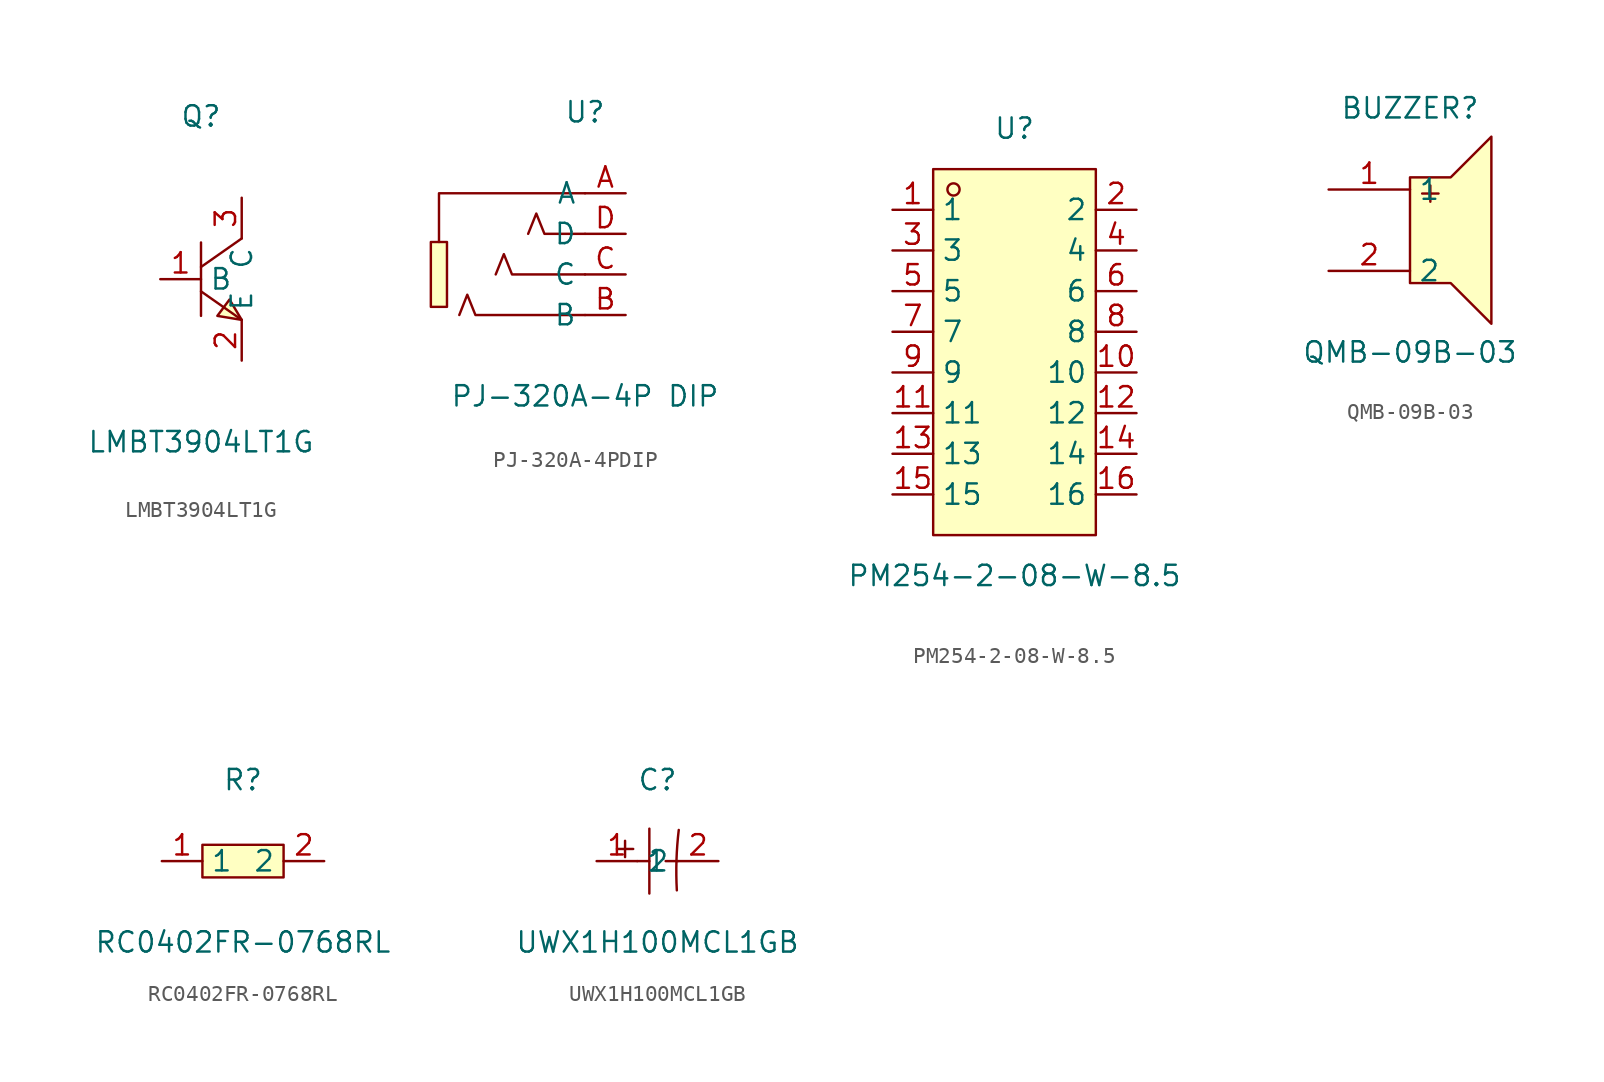
<source format=kicad_sym>
(kicad_symbol_lib
  (version 20211014)
  (generator https://github.com/uPesy/easyeda2kicad.py)
  (symbol "LMBT3904LT1G"
    (property "Reference" "Q"
      (at 0 10.16 0)
      (effects (font (size 1.27 1.27))))
    (property "Value" "LMBT3904LT1G"
      (at 0 -10.16 0)
      (effects (font (size 1.27 1.27))))
    (symbol "LMBT3904LT1G_0_1"
      (polyline (pts (xy 2.54 2.54) (xy 0.00 0.76)) (stroke (width 0) (type default) (color 0 0 0 0)) (fill (type none)))
      (polyline (pts (xy 0.00 -0.76) (xy 2.54 -2.54)) (stroke (width 0) (type default) (color 0 0 0 0)) (fill (type none)))
      (polyline (pts (xy 0.00 2.29) (xy 0.00 -2.29)) (stroke (width 0) (type default) (color 0 0 0 0)) (fill (type none)))
      (polyline (pts (xy 2.54 -2.54) (xy 1.78 -1.27) (xy 1.02 -2.29) (xy 2.54 -2.54)) (stroke (width 0) (type default) (color 0 0 0 0)) (fill (type background)))
      (pin unspecified line (at 2.54 5.08 270) (length 2.54) (name "C" (effects (font (size 1.27 1.27)))) (number "3" (effects (font (size 1.27 1.27)))))
      (pin unspecified line (at -2.54 -0.00 0) (length 2.54) (name "B" (effects (font (size 1.27 1.27)))) (number "1" (effects (font (size 1.27 1.27)))))
      (pin unspecified line (at 2.54 -5.08 90) (length 2.54) (name "E" (effects (font (size 1.27 1.27)))) (number "2" (effects (font (size 1.27 1.27)))))))
  (symbol "PJ-320A-4PDIP"
    (property "Reference" "U"
      (at 0 7.62 0)
      (effects (font (size 1.27 1.27))))
    (property "Value" "PJ-320A-4P DIP"
      (at 0 -10.16 0)
      (effects (font (size 1.27 1.27))))
    (symbol "PJ-320A-4PDIP_0_1"
      (rectangle (start -9.65 -0.51) (end -8.64 -4.57) (stroke (width 0) (type default) (color 0 0 0 0)) (fill (type background)))
      (polyline (pts (xy 0.00 -5.08) (xy -6.86 -5.08) (xy -7.37 -3.81) (xy -7.87 -5.08)) (stroke (width 0) (type default) (color 0 0 0 0)) (fill (type none)))
      (polyline (pts (xy 0.00 -0.00) (xy -2.54 -0.00) (xy -3.05 1.27) (xy -3.56 -0.00)) (stroke (width 0) (type default) (color 0 0 0 0)) (fill (type none)))
      (polyline (pts (xy 0.00 2.54) (xy -9.14 2.54) (xy -9.14 -0.51)) (stroke (width 0) (type default) (color 0 0 0 0)) (fill (type none)))
      (polyline (pts (xy 0.00 -2.54) (xy -4.57 -2.54) (xy -5.08 -1.27) (xy -5.59 -2.54)) (stroke (width 0) (type default) (color 0 0 0 0)) (fill (type none)))
      (pin unspecified line (at 2.54 -0.00 180) (length 2.54) (name "D" (effects (font (size 1.27 1.27)))) (number "D" (effects (font (size 1.27 1.27)))))
      (pin unspecified line (at 2.54 -5.08 180) (length 2.54) (name "B" (effects (font (size 1.27 1.27)))) (number "B" (effects (font (size 1.27 1.27)))))
      (pin unspecified line (at 2.54 -2.54 180) (length 2.54) (name "C" (effects (font (size 1.27 1.27)))) (number "C" (effects (font (size 1.27 1.27)))))
      (pin unspecified line (at 2.54 2.54 180) (length 2.54) (name "A" (effects (font (size 1.27 1.27)))) (number "A" (effects (font (size 1.27 1.27)))))))
  (symbol "PM254-2-08-W-8.5"
    (property "Reference" "U"
      (at 0 13.97 0)
      (effects (font (size 1.27 1.27))))
    (property "Value" "PM254-2-08-W-8.5"
      (at 0 -13.97 0)
      (effects (font (size 1.27 1.27))))
    (symbol "PM254-2-08-W-8.5_0_1"
      (rectangle (start -5.08 11.43) (end 5.08 -11.43) (stroke (width 0) (type default) (color 0 0 0 0)) (fill (type background)))
      (circle (center -3.81 10.16) (radius 0.38) (stroke (width 0) (type default) (color 0 0 0 0)) (fill (type none)))
      (pin unspecified line (at -7.62 8.89 0) (length 2.54) (name "1" (effects (font (size 1.27 1.27)))) (number "1" (effects (font (size 1.27 1.27)))))
      (pin unspecified line (at 7.62 -8.89 180) (length 2.54) (name "16" (effects (font (size 1.27 1.27)))) (number "16" (effects (font (size 1.27 1.27)))))
      (pin unspecified line (at -7.62 6.35 0) (length 2.54) (name "3" (effects (font (size 1.27 1.27)))) (number "3" (effects (font (size 1.27 1.27)))))
      (pin unspecified line (at 7.62 -6.35 180) (length 2.54) (name "14" (effects (font (size 1.27 1.27)))) (number "14" (effects (font (size 1.27 1.27)))))
      (pin unspecified line (at -7.62 3.81 0) (length 2.54) (name "5" (effects (font (size 1.27 1.27)))) (number "5" (effects (font (size 1.27 1.27)))))
      (pin unspecified line (at 7.62 -3.81 180) (length 2.54) (name "12" (effects (font (size 1.27 1.27)))) (number "12" (effects (font (size 1.27 1.27)))))
      (pin unspecified line (at -7.62 1.27 0) (length 2.54) (name "7" (effects (font (size 1.27 1.27)))) (number "7" (effects (font (size 1.27 1.27)))))
      (pin unspecified line (at 7.62 -1.27 180) (length 2.54) (name "10" (effects (font (size 1.27 1.27)))) (number "10" (effects (font (size 1.27 1.27)))))
      (pin unspecified line (at -7.62 -1.27 0) (length 2.54) (name "9" (effects (font (size 1.27 1.27)))) (number "9" (effects (font (size 1.27 1.27)))))
      (pin unspecified line (at 7.62 1.27 180) (length 2.54) (name "8" (effects (font (size 1.27 1.27)))) (number "8" (effects (font (size 1.27 1.27)))))
      (pin unspecified line (at -7.62 -3.81 0) (length 2.54) (name "11" (effects (font (size 1.27 1.27)))) (number "11" (effects (font (size 1.27 1.27)))))
      (pin unspecified line (at 7.62 3.81 180) (length 2.54) (name "6" (effects (font (size 1.27 1.27)))) (number "6" (effects (font (size 1.27 1.27)))))
      (pin unspecified line (at -7.62 -6.35 0) (length 2.54) (name "13" (effects (font (size 1.27 1.27)))) (number "13" (effects (font (size 1.27 1.27)))))
      (pin unspecified line (at 7.62 6.35 180) (length 2.54) (name "4" (effects (font (size 1.27 1.27)))) (number "4" (effects (font (size 1.27 1.27)))))
      (pin unspecified line (at -7.62 -8.89 0) (length 2.54) (name "15" (effects (font (size 1.27 1.27)))) (number "15" (effects (font (size 1.27 1.27)))))
      (pin unspecified line (at 7.62 8.89 180) (length 2.54) (name "2" (effects (font (size 1.27 1.27)))) (number "2" (effects (font (size 1.27 1.27)))))))
  (symbol "QMB-09B-03"
    (property "Reference" "BUZZER"
      (at 0 7.62 0)
      (effects (font (size 1.27 1.27))))
    (property "Value" "QMB-09B-03"
      (at 0 -7.62 0)
      (effects (font (size 1.27 1.27))))
    (symbol "QMB-09B-03_0_1"
      (polyline (pts (xy 0.00 1.78) (xy 0.00 -3.30) (xy 2.54 -3.30) (xy 5.08 -5.84) (xy 5.08 5.84) (xy 2.54 3.30) (xy 0.00 3.30) (xy 0.00 1.78)) (stroke (width 0) (type default) (color 0 0 0 0)) (fill (type background)))
      (polyline (pts (xy 0.76 2.29) (xy 1.78 2.29)) (stroke (width 0) (type default) (color 0 0 0 0)) (fill (type none)))
      (polyline (pts (xy 1.27 2.79) (xy 1.27 1.78)) (stroke (width 0) (type default) (color 0 0 0 0)) (fill (type none)))
      (pin unspecified line (at -5.08 2.54 0) (length 5.08) (name "1" (effects (font (size 1.27 1.27)))) (number "1" (effects (font (size 1.27 1.27)))))
      (pin unspecified line (at -5.08 -2.54 0) (length 5.08) (name "2" (effects (font (size 1.27 1.27)))) (number "2" (effects (font (size 1.27 1.27)))))))
  (symbol "RC0402FR-0768RL"
    (property "Reference" "R"
      (at 0 5.08 0)
      (effects (font (size 1.27 1.27))))
    (property "Value" "RC0402FR-0768RL"
      (at 0 -5.08 0)
      (effects (font (size 1.27 1.27))))
    (symbol "RC0402FR-0768RL_0_1"
      (rectangle (start -2.54 1.02) (end 2.54 -1.02) (stroke (width 0) (type default) (color 0 0 0 0)) (fill (type background)))
      (pin unspecified line (at 5.08 -0.00 180) (length 2.54) (name "2" (effects (font (size 1.27 1.27)))) (number "2" (effects (font (size 1.27 1.27)))))
      (pin unspecified line (at -5.08 -0.00 0) (length 2.54) (name "1" (effects (font (size 1.27 1.27)))) (number "1" (effects (font (size 1.27 1.27)))))))
  (symbol "UWX1H100MCL1GB"
    (property "Reference" "C"
      (at 0 5.08 0)
      (effects (font (size 1.27 1.27))))
    (property "Value" "UWX1H100MCL1GB"
      (at 0 -5.08 0)
      (effects (font (size 1.27 1.27))))
    (symbol "UWX1H100MCL1GB_0_1"
      (arc (start 1.33 1.95) (mid 1.22 -2.00) (end 1.21 -1.83) (stroke (width 0) (type default) (color 0 0 0 0)) (fill (type none)))
      (polyline (pts (xy -0.51 2.03) (xy -0.51 -2.03)) (stroke (width 0) (type default) (color 0 0 0 0)) (fill (type none)))
      (polyline (pts (xy -1.27 -0.00) (xy -0.51 -0.00)) (stroke (width 0) (type default) (color 0 0 0 0)) (fill (type none)))
      (polyline (pts (xy 0.51 -0.00) (xy 1.27 -0.00)) (stroke (width 0) (type default) (color 0 0 0 0)) (fill (type none)))
      (polyline (pts (xy -2.54 0.76) (xy -1.52 0.76)) (stroke (width 0) (type default) (color 0 0 0 0)) (fill (type none)))
      (polyline (pts (xy -2.03 1.27) (xy -2.03 0.25)) (stroke (width 0) (type default) (color 0 0 0 0)) (fill (type none)))
      (pin input line (at -3.81 -0.00 0) (length 2.54) (name "1" (effects (font (size 1.27 1.27)))) (number "1" (effects (font (size 1.27 1.27)))))
      (pin input line (at 3.81 -0.00 180) (length 2.54) (name "2" (effects (font (size 1.27 1.27)))) (number "2" (effects (font (size 1.27 1.27))))))))
</source>
